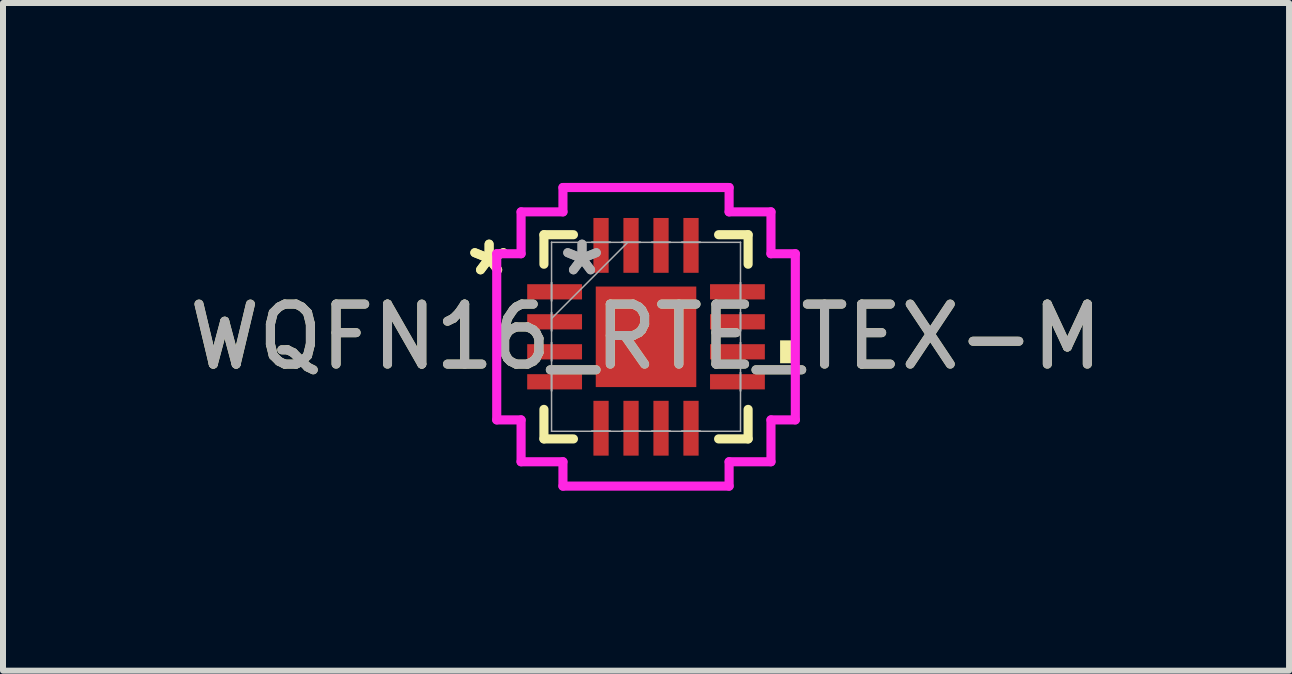
<source format=kicad_pcb>
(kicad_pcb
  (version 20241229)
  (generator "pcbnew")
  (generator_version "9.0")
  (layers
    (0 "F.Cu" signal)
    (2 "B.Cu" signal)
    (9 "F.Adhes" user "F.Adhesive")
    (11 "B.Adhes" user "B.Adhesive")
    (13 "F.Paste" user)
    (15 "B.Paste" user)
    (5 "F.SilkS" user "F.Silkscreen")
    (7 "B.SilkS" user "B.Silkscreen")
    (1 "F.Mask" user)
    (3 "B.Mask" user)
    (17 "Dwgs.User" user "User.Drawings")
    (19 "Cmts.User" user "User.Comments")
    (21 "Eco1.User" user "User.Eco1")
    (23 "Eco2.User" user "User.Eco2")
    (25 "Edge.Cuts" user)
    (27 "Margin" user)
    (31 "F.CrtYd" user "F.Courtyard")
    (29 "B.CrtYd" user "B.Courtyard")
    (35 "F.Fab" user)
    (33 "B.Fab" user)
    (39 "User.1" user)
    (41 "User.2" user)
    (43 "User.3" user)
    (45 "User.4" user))
  (footprint "WQFN16_RTE_TEX-M"
    (layer "F.Cu")
    (at 7.72 2.565)
    (property "Reference" "WQFN16_RTE_TEX-M" (at 0 0 0) (unlocked yes) (layer "F.SilkS") (effects (font (size 1 1) (thickness 0.15))))
    (attr smd)
    (fp_line (start -1.702 -1.702) (end -1.702 -1.21) (stroke (width 0.152) (type solid)) (layer "F.SilkS"))
    (fp_line (start -1.702 1.21) (end -1.702 1.702) (stroke (width 0.152) (type solid)) (layer "F.SilkS"))
    (fp_line (start -1.702 1.702) (end -1.21 1.702) (stroke (width 0.152) (type solid)) (layer "F.SilkS"))
    (fp_line (start -1.21 -1.702) (end -1.702 -1.702) (stroke (width 0.152) (type solid)) (layer "F.SilkS"))
    (fp_line (start 1.21 1.702) (end 1.702 1.702) (stroke (width 0.152) (type solid)) (layer "F.SilkS"))
    (fp_line (start 1.702 -1.702) (end 1.21 -1.702) (stroke (width 0.152) (type solid)) (layer "F.SilkS"))
    (fp_line (start 1.702 -1.21) (end 1.702 -1.702) (stroke (width 0.152) (type solid)) (layer "F.SilkS"))
    (fp_line (start 1.702 1.702) (end 1.702 1.21) (stroke (width 0.152) (type solid)) (layer "F.SilkS"))
    (fp_poly (pts (xy 2.489 0.059) (xy 2.489 0.441) (xy 2.235 0.441) (xy 2.235 0.059)) (stroke (width 0) (type solid)) (fill yes) (layer "F.SilkS"))
    (fp_line (start -2.489 -1.385) (end -2.083 -1.385) (stroke (width 0.152) (type solid)) (layer "F.CrtYd"))
    (fp_line (start -2.489 1.385) (end -2.489 -1.385) (stroke (width 0.152) (type solid)) (layer "F.CrtYd"))
    (fp_line (start -2.083 -2.083) (end -1.385 -2.083) (stroke (width 0.152) (type solid)) (layer "F.CrtYd"))
    (fp_line (start -2.083 -1.385) (end -2.083 -2.083) (stroke (width 0.152) (type solid)) (layer "F.CrtYd"))
    (fp_line (start -2.083 1.385) (end -2.489 1.385) (stroke (width 0.152) (type solid)) (layer "F.CrtYd"))
    (fp_line (start -2.083 2.083) (end -2.083 1.385) (stroke (width 0.152) (type solid)) (layer "F.CrtYd"))
    (fp_line (start -1.385 -2.489) (end 1.385 -2.489) (stroke (width 0.152) (type solid)) (layer "F.CrtYd"))
    (fp_line (start -1.385 -2.083) (end -1.385 -2.489) (stroke (width 0.152) (type solid)) (layer "F.CrtYd"))
    (fp_line (start -1.385 2.083) (end -2.083 2.083) (stroke (width 0.152) (type solid)) (layer "F.CrtYd"))
    (fp_line (start -1.385 2.489) (end -1.385 2.083) (stroke (width 0.152) (type solid)) (layer "F.CrtYd"))
    (fp_line (start 1.385 -2.489) (end 1.385 -2.083) (stroke (width 0.152) (type solid)) (layer "F.CrtYd"))
    (fp_line (start 1.385 -2.083) (end 2.083 -2.083) (stroke (width 0.152) (type solid)) (layer "F.CrtYd"))
    (fp_line (start 1.385 2.083) (end 1.385 2.489) (stroke (width 0.152) (type solid)) (layer "F.CrtYd"))
    (fp_line (start 1.385 2.489) (end -1.385 2.489) (stroke (width 0.152) (type solid)) (layer "F.CrtYd"))
    (fp_line (start 2.083 -2.083) (end 2.083 -1.385) (stroke (width 0.152) (type solid)) (layer "F.CrtYd"))
    (fp_line (start 2.083 -1.385) (end 2.489 -1.385) (stroke (width 0.152) (type solid)) (layer "F.CrtYd"))
    (fp_line (start 2.083 1.385) (end 2.083 2.083) (stroke (width 0.152) (type solid)) (layer "F.CrtYd"))
    (fp_line (start 2.083 2.083) (end 1.385 2.083) (stroke (width 0.152) (type solid)) (layer "F.CrtYd"))
    (fp_line (start 2.489 -1.385) (end 2.489 1.385) (stroke (width 0.152) (type solid)) (layer "F.CrtYd"))
    (fp_line (start 2.489 1.385) (end 2.083 1.385) (stroke (width 0.152) (type solid)) (layer "F.CrtYd"))
    (fp_line (start -1.575 -1.575) (end -1.575 -1.575) (stroke (width 0.025) (type solid)) (layer "F.Fab"))
    (fp_line (start -1.575 -1.575) (end -1.575 1.575) (stroke (width 0.025) (type solid)) (layer "F.Fab"))
    (fp_line (start -1.575 -0.902) (end -1.575 -0.902) (stroke (width 0.025) (type solid)) (layer "F.Fab"))
    (fp_line (start -1.575 -0.902) (end -1.575 -0.598) (stroke (width 0.025) (type solid)) (layer "F.Fab"))
    (fp_line (start -1.575 -0.598) (end -1.575 -0.902) (stroke (width 0.025) (type solid)) (layer "F.Fab"))
    (fp_line (start -1.575 -0.598) (end -1.575 -0.598) (stroke (width 0.025) (type solid)) (layer "F.Fab"))
    (fp_line (start -1.575 -0.402) (end -1.575 -0.402) (stroke (width 0.025) (type solid)) (layer "F.Fab"))
    (fp_line (start -1.575 -0.402) (end -1.575 -0.098) (stroke (width 0.025) (type solid)) (layer "F.Fab"))
    (fp_line (start -1.575 -0.305) (end -0.305 -1.575) (stroke (width 0.025) (type solid)) (layer "F.Fab"))
    (fp_line (start -1.575 -0.098) (end -1.575 -0.402) (stroke (width 0.025) (type solid)) (layer "F.Fab"))
    (fp_line (start -1.575 -0.098) (end -1.575 -0.098) (stroke (width 0.025) (type solid)) (layer "F.Fab"))
    (fp_line (start -1.575 0.098) (end -1.575 0.098) (stroke (width 0.025) (type solid)) (layer "F.Fab"))
    (fp_line (start -1.575 0.098) (end -1.575 0.402) (stroke (width 0.025) (type solid)) (layer "F.Fab"))
    (fp_line (start -1.575 0.402) (end -1.575 0.098) (stroke (width 0.025) (type solid)) (layer "F.Fab"))
    (fp_line (start -1.575 0.402) (end -1.575 0.402) (stroke (width 0.025) (type solid)) (layer "F.Fab"))
    (fp_line (start -1.575 0.598) (end -1.575 0.598) (stroke (width 0.025) (type solid)) (layer "F.Fab"))
    (fp_line (start -1.575 0.598) (end -1.575 0.902) (stroke (width 0.025) (type solid)) (layer "F.Fab"))
    (fp_line (start -1.575 0.902) (end -1.575 0.598) (stroke (width 0.025) (type solid)) (layer "F.Fab"))
    (fp_line (start -1.575 0.902) (end -1.575 0.902) (stroke (width 0.025) (type solid)) (layer "F.Fab"))
    (fp_line (start -1.575 1.575) (end -1.575 1.575) (stroke (width 0.025) (type solid)) (layer "F.Fab"))
    (fp_line (start -1.575 1.575) (end 1.575 1.575) (stroke (width 0.025) (type solid)) (layer "F.Fab"))
    (fp_line (start -0.902 -1.575) (end -0.902 -1.575) (stroke (width 0.025) (type solid)) (layer "F.Fab"))
    (fp_line (start -0.902 -1.575) (end -0.598 -1.575) (stroke (width 0.025) (type solid)) (layer "F.Fab"))
    (fp_line (start -0.902 1.575) (end -0.902 1.575) (stroke (width 0.025) (type solid)) (layer "F.Fab"))
    (fp_line (start -0.902 1.575) (end -0.598 1.575) (stroke (width 0.025) (type solid)) (layer "F.Fab"))
    (fp_line (start -0.598 -1.575) (end -0.902 -1.575) (stroke (width 0.025) (type solid)) (layer "F.Fab"))
    (fp_line (start -0.598 -1.575) (end -0.598 -1.575) (stroke (width 0.025) (type solid)) (layer "F.Fab"))
    (fp_line (start -0.598 1.575) (end -0.902 1.575) (stroke (width 0.025) (type solid)) (layer "F.Fab"))
    (fp_line (start -0.598 1.575) (end -0.598 1.575) (stroke (width 0.025) (type solid)) (layer "F.Fab"))
    (fp_line (start -0.402 -1.575) (end -0.402 -1.575) (stroke (width 0.025) (type solid)) (layer "F.Fab"))
    (fp_line (start -0.402 -1.575) (end -0.098 -1.575) (stroke (width 0.025) (type solid)) (layer "F.Fab"))
    (fp_line (start -0.402 1.575) (end -0.402 1.575) (stroke (width 0.025) (type solid)) (layer "F.Fab"))
    (fp_line (start -0.402 1.575) (end -0.098 1.575) (stroke (width 0.025) (type solid)) (layer "F.Fab"))
    (fp_line (start -0.098 -1.575) (end -0.402 -1.575) (stroke (width 0.025) (type solid)) (layer "F.Fab"))
    (fp_line (start -0.098 -1.575) (end -0.098 -1.575) (stroke (width 0.025) (type solid)) (layer "F.Fab"))
    (fp_line (start -0.098 1.575) (end -0.402 1.575) (stroke (width 0.025) (type solid)) (layer "F.Fab"))
    (fp_line (start -0.098 1.575) (end -0.098 1.575) (stroke (width 0.025) (type solid)) (layer "F.Fab"))
    (fp_line (start 0.098 -1.575) (end 0.098 -1.575) (stroke (width 0.025) (type solid)) (layer "F.Fab"))
    (fp_line (start 0.098 -1.575) (end 0.402 -1.575) (stroke (width 0.025) (type solid)) (layer "F.Fab"))
    (fp_line (start 0.098 1.575) (end 0.098 1.575) (stroke (width 0.025) (type solid)) (layer "F.Fab"))
    (fp_line (start 0.098 1.575) (end 0.402 1.575) (stroke (width 0.025) (type solid)) (layer "F.Fab"))
    (fp_line (start 0.402 -1.575) (end 0.098 -1.575) (stroke (width 0.025) (type solid)) (layer "F.Fab"))
    (fp_line (start 0.402 -1.575) (end 0.402 -1.575) (stroke (width 0.025) (type solid)) (layer "F.Fab"))
    (fp_line (start 0.402 1.575) (end 0.098 1.575) (stroke (width 0.025) (type solid)) (layer "F.Fab"))
    (fp_line (start 0.402 1.575) (end 0.402 1.575) (stroke (width 0.025) (type solid)) (layer "F.Fab"))
    (fp_line (start 0.598 -1.575) (end 0.598 -1.575) (stroke (width 0.025) (type solid)) (layer "F.Fab"))
    (fp_line (start 0.598 -1.575) (end 0.902 -1.575) (stroke (width 0.025) (type solid)) (layer "F.Fab"))
    (fp_line (start 0.598 1.575) (end 0.598 1.575) (stroke (width 0.025) (type solid)) (layer "F.Fab"))
    (fp_line (start 0.598 1.575) (end 0.902 1.575) (stroke (width 0.025) (type solid)) (layer "F.Fab"))
    (fp_line (start 0.902 -1.575) (end 0.598 -1.575) (stroke (width 0.025) (type solid)) (layer "F.Fab"))
    (fp_line (start 0.902 -1.575) (end 0.902 -1.575) (stroke (width 0.025) (type solid)) (layer "F.Fab"))
    (fp_line (start 0.902 1.575) (end 0.598 1.575) (stroke (width 0.025) (type solid)) (layer "F.Fab"))
    (fp_line (start 0.902 1.575) (end 0.902 1.575) (stroke (width 0.025) (type solid)) (layer "F.Fab"))
    (fp_line (start 1.575 -1.575) (end -1.575 -1.575) (stroke (width 0.025) (type solid)) (layer "F.Fab"))
    (fp_line (start 1.575 -1.575) (end 1.575 -1.575) (stroke (width 0.025) (type solid)) (layer "F.Fab"))
    (fp_line (start 1.575 -0.902) (end 1.575 -0.902) (stroke (width 0.025) (type solid)) (layer "F.Fab"))
    (fp_line (start 1.575 -0.902) (end 1.575 -0.598) (stroke (width 0.025) (type solid)) (layer "F.Fab"))
    (fp_line (start 1.575 -0.598) (end 1.575 -0.902) (stroke (width 0.025) (type solid)) (layer "F.Fab"))
    (fp_line (start 1.575 -0.598) (end 1.575 -0.598) (stroke (width 0.025) (type solid)) (layer "F.Fab"))
    (fp_line (start 1.575 -0.402) (end 1.575 -0.402) (stroke (width 0.025) (type solid)) (layer "F.Fab"))
    (fp_line (start 1.575 -0.402) (end 1.575 -0.098) (stroke (width 0.025) (type solid)) (layer "F.Fab"))
    (fp_line (start 1.575 -0.098) (end 1.575 -0.402) (stroke (width 0.025) (type solid)) (layer "F.Fab"))
    (fp_line (start 1.575 -0.098) (end 1.575 -0.098) (stroke (width 0.025) (type solid)) (layer "F.Fab"))
    (fp_line (start 1.575 0.098) (end 1.575 0.098) (stroke (width 0.025) (type solid)) (layer "F.Fab"))
    (fp_line (start 1.575 0.098) (end 1.575 0.402) (stroke (width 0.025) (type solid)) (layer "F.Fab"))
    (fp_line (start 1.575 0.402) (end 1.575 0.098) (stroke (width 0.025) (type solid)) (layer "F.Fab"))
    (fp_line (start 1.575 0.402) (end 1.575 0.402) (stroke (width 0.025) (type solid)) (layer "F.Fab"))
    (fp_line (start 1.575 0.598) (end 1.575 0.598) (stroke (width 0.025) (type solid)) (layer "F.Fab"))
    (fp_line (start 1.575 0.598) (end 1.575 0.902) (stroke (width 0.025) (type solid)) (layer "F.Fab"))
    (fp_line (start 1.575 0.902) (end 1.575 0.598) (stroke (width 0.025) (type solid)) (layer "F.Fab"))
    (fp_line (start 1.575 0.902) (end 1.575 0.902) (stroke (width 0.025) (type solid)) (layer "F.Fab"))
    (fp_line (start 1.575 1.575) (end 1.575 -1.575) (stroke (width 0.025) (type solid)) (layer "F.Fab"))
    (fp_line (start 1.575 1.575) (end 1.575 1.575) (stroke (width 0.025) (type solid)) (layer "F.Fab"))
    (fp_text user "*" (at -2.616 -1 0) (layer "F.SilkS") (effects (font (size 1 1) (thickness 0.15))))
    (fp_text user "*" (at -2.616 -1 0) (unlocked yes) (layer "F.SilkS") (effects (font (size 1 1) (thickness 0.15))))
    (fp_text user "${REFERENCE}" (at 0 0 0) (unlocked yes) (layer "F.Fab") (effects (font (size 1 1) (thickness 0.15))))
    (fp_text user "*" (at -1.067 -1 0) (layer "F.Fab") (effects (font (size 1 1) (thickness 0.15))))
    (fp_text user "*" (at -1.067 -1 0) (unlocked yes) (layer "F.Fab") (effects (font (size 1 1) (thickness 0.15))))
    (pad "1" smd rect (at -1.524 -0.75 90) (size 0.254 0.914) (layers "F.Cu" "F.Mask" "F.Paste"))
    (pad "2" smd rect (at -1.524 -0.25 90) (size 0.254 0.914) (layers "F.Cu" "F.Mask" "F.Paste"))
    (pad "3" smd rect (at -1.524 0.25 90) (size 0.254 0.914) (layers "F.Cu" "F.Mask" "F.Paste"))
    (pad "4" smd rect (at -1.524 0.75 90) (size 0.254 0.914) (layers "F.Cu" "F.Mask" "F.Paste"))
    (pad "5" smd rect (at -0.75 1.524) (size 0.254 0.914) (layers "F.Cu" "F.Mask" "F.Paste"))
    (pad "6" smd rect (at -0.25 1.524) (size 0.254 0.914) (layers "F.Cu" "F.Mask" "F.Paste"))
    (pad "7" smd rect (at 0.25 1.524) (size 0.254 0.914) (layers "F.Cu" "F.Mask" "F.Paste"))
    (pad "8" smd rect (at 0.75 1.524) (size 0.254 0.914) (layers "F.Cu" "F.Mask" "F.Paste"))
    (pad "9" smd rect (at 1.524 0.75 90) (size 0.254 0.914) (layers "F.Cu" "F.Mask" "F.Paste"))
    (pad "10" smd rect (at 1.524 0.25 90) (size 0.254 0.914) (layers "F.Cu" "F.Mask" "F.Paste"))
    (pad "11" smd rect (at 1.524 -0.25 90) (size 0.254 0.914) (layers "F.Cu" "F.Mask" "F.Paste"))
    (pad "12" smd rect (at 1.524 -0.75 90) (size 0.254 0.914) (layers "F.Cu" "F.Mask" "F.Paste"))
    (pad "13" smd rect (at 0.75 -1.524) (size 0.254 0.914) (layers "F.Cu" "F.Mask" "F.Paste"))
    (pad "14" smd rect (at 0.25 -1.524) (size 0.254 0.914) (layers "F.Cu" "F.Mask" "F.Paste"))
    (pad "15" smd rect (at -0.25 -1.524) (size 0.254 0.914) (layers "F.Cu" "F.Mask" "F.Paste"))
    (pad "16" smd rect (at -0.75 -1.524) (size 0.254 0.914) (layers "F.Cu" "F.Mask" "F.Paste"))
    (pad "17" smd rect (at 0 0) (size 1.676 1.676) (layers "F.Cu" "F.Mask" "F.Paste")))
  (gr_rect
    (start -3 -3)
    (end 18.44 8.131)
    (stroke (width 0.1) (type default))
    (fill no)
    (layer "Edge.Cuts")))
</source>
